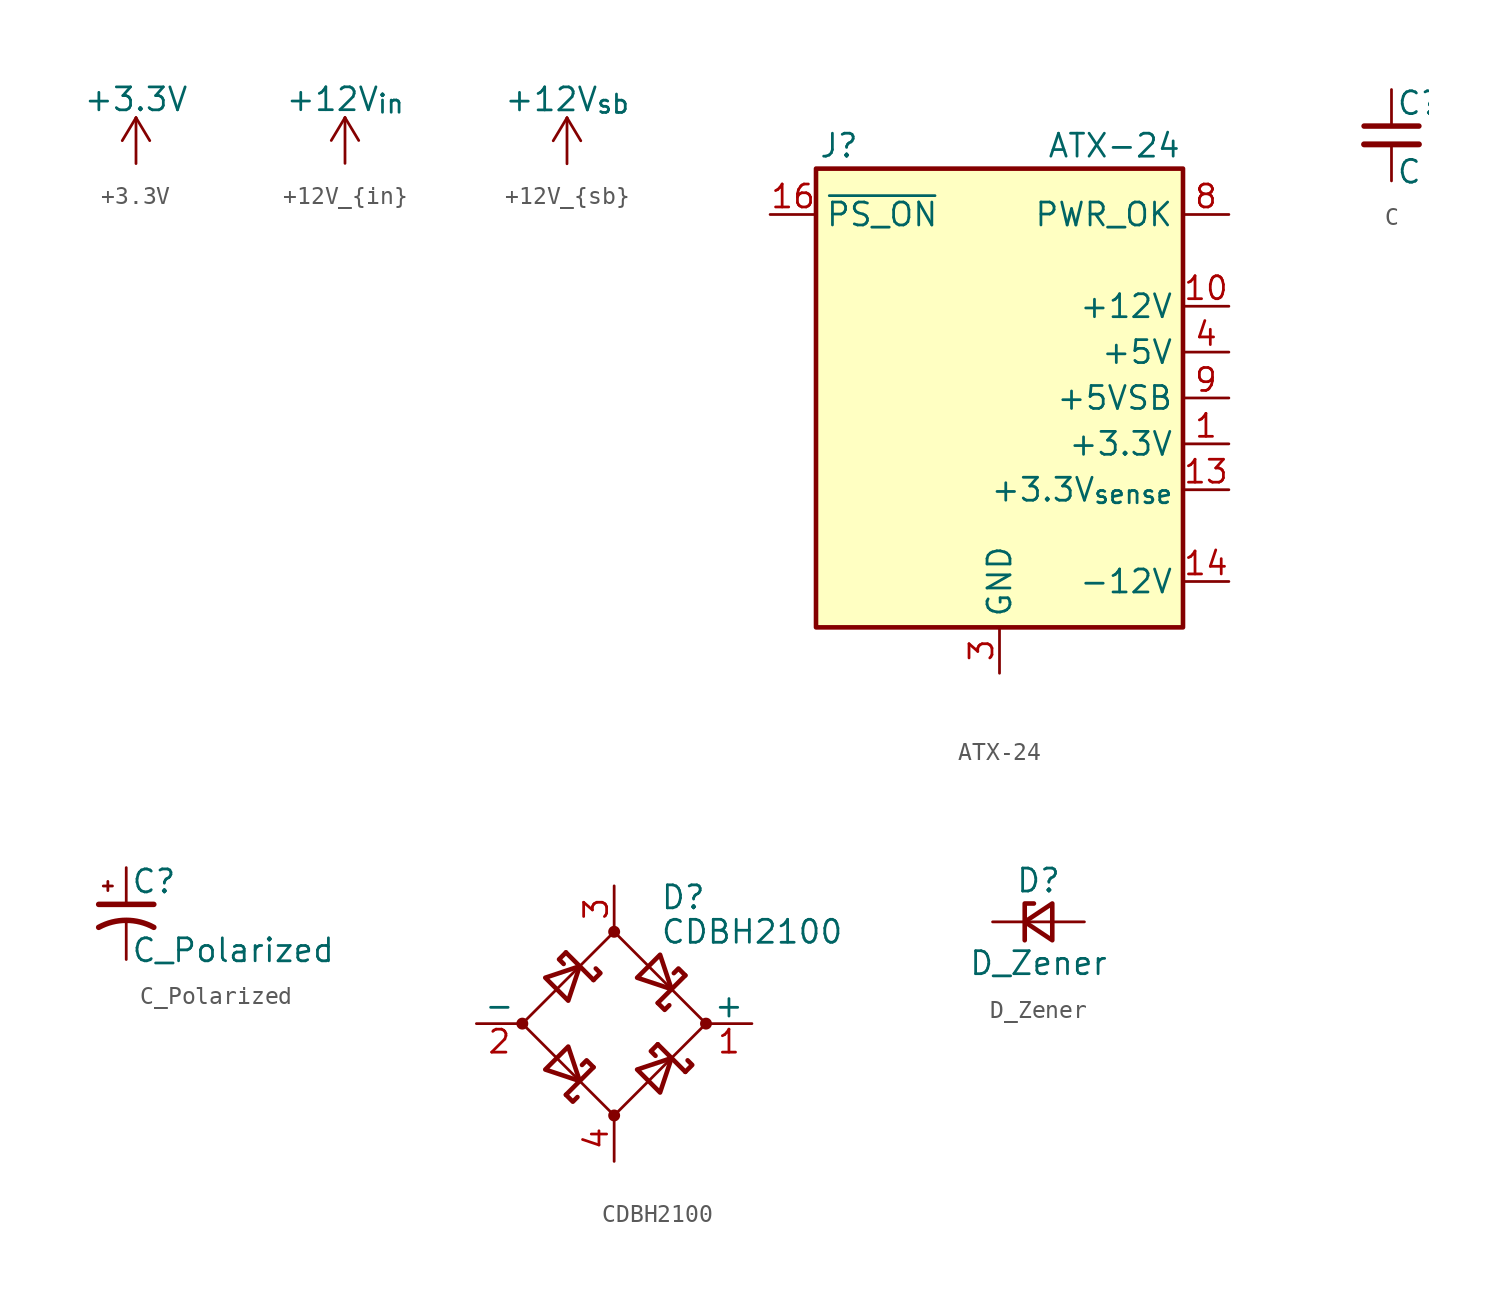
<source format=kicad_sym>
(kicad_symbol_lib
  (version 20201005)
  (generator kicad_symbol_editor)
  (symbol "proj_sym:+3.3V"
    (power)
    (pin_names
      (offset 0))
    (property "Reference" "#PWR"
      (at 0 -3.81 0)
      (effects (font (size 1.27 1.27)) hide))
    (property "Value" "+3.3V"
      (at 0 3.556 0)
      (effects (font (size 1.27 1.27))))
    (symbol "+3.3V_0_1"
      (polyline (pts (xy -0.762 1.27) (xy 0 2.54)) (stroke (width 0)) (fill (type none)))
      (polyline (pts (xy 0 0) (xy 0 2.54)) (stroke (width 0)) (fill (type none)))
      (polyline (pts (xy 0 2.54) (xy 0.762 1.27)) (stroke (width 0)) (fill (type none))))
    (symbol "+3.3V_1_1"
      (pin power_in line (at 0 0 90) (length 0) hide (name "+3.3V" (effects (font (size 1.27 1.27)))) (number "1" (effects (font (size 1.27 1.27)))))))
  (symbol "proj_sym:+12V_{in}"
    (power)
    (pin_names
      (offset 0))
    (property "Reference" "#PWR"
      (at 0 -3.81 0)
      (effects (font (size 1.27 1.27)) hide))
    (property "Value" "+12V_{in}"
      (at 0 3.556 0)
      (effects (font (size 1.27 1.27))))
    (symbol "+12V_{in}_0_1"
      (polyline (pts (xy -0.762 1.27) (xy 0 2.54)) (stroke (width 0)) (fill (type none)))
      (polyline (pts (xy 0 0) (xy 0 2.54)) (stroke (width 0)) (fill (type none)))
      (polyline (pts (xy 0 2.54) (xy 0.762 1.27)) (stroke (width 0)) (fill (type none))))
    (symbol "+12V_{in}_1_1"
      (pin power_in line (at 0 0 90) (length 0) hide (name "+12V_{in}" (effects (font (size 1.27 1.27)))) (number "1" (effects (font (size 1.27 1.27)))))))
  (symbol "proj_sym:+12V_{sb}"
    (power)
    (pin_names
      (offset 0))
    (property "Reference" "#PWR"
      (at 0 -3.81 0)
      (effects (font (size 1.27 1.27)) hide))
    (property "Value" "+12V_{sb}"
      (at 0 3.556 0)
      (effects (font (size 1.27 1.27))))
    (symbol "+12V_{sb}_0_1"
      (polyline (pts (xy -0.762 1.27) (xy 0 2.54)) (stroke (width 0)) (fill (type none)))
      (polyline (pts (xy 0 0) (xy 0 2.54)) (stroke (width 0)) (fill (type none)))
      (polyline (pts (xy 0 2.54) (xy 0.762 1.27)) (stroke (width 0)) (fill (type none))))
    (symbol "+12V_{sb}_1_1"
      (pin power_in line (at 0 0 90) (length 0) hide (name "+12V_{sb}" (effects (font (size 1.27 1.27)))) (number "1" (effects (font (size 1.27 1.27)))))))
  (symbol "proj_sym:ATX-24"
    (property "Reference" "J"
      (at -8.89 13.97 0)
      (effects (font (size 1.27 1.27))))
    (property "Value" "ATX-24"
      (at 6.35 13.97 0)
      (effects (font (size 1.27 1.27))))
    (symbol "ATX-24_0_1"
      (rectangle (start -10.16 12.7) (end 10.16 -12.7) (stroke (width 0.254)) (fill (type background))))
    (symbol "ATX-24_1_1"
      (pin power_out line (at 12.7 -2.54 180) (length 2.54) (name "+3.3V" (effects (font (size 1.27 1.27)))) (number "1" (effects (font (size 1.27 1.27)))))
      (pin power_out line (at 12.7 5.08 180) (length 2.54) (name "+12V" (effects (font (size 1.27 1.27)))) (number "10" (effects (font (size 1.27 1.27)))))
      (pin passive line (at 12.7 5.08 180) (length 2.54) hide (name "+12V" (effects (font (size 1.27 1.27)))) (number "11" (effects (font (size 1.27 1.27)))))
      (pin passive line (at 12.7 -2.54 180) (length 2.54) hide (name "+3.3V" (effects (font (size 1.27 1.27)))) (number "12" (effects (font (size 1.27 1.27)))))
      (pin output line (at 12.7 -5.08 180) (length 2.54) (name "+3.3V_{sense}" (effects (font (size 1.27 1.27)))) (number "13" (effects (font (size 1.27 1.27)))))
      (pin power_out line (at 12.7 -10.16 180) (length 2.54) (name "-12V" (effects (font (size 1.27 1.27)))) (number "14" (effects (font (size 1.27 1.27)))))
      (pin passive line (at 0 -15.24 90) (length 2.54) hide (name "GND" (effects (font (size 1.27 1.27)))) (number "15" (effects (font (size 1.27 1.27)))))
      (pin open_collector line (at -12.7 10.16 0) (length 2.54) (name "~PS_ON" (effects (font (size 1.27 1.27)))) (number "16" (effects (font (size 1.27 1.27)))))
      (pin passive line (at 0 -15.24 90) (length 2.54) hide (name "GND" (effects (font (size 1.27 1.27)))) (number "17" (effects (font (size 1.27 1.27)))))
      (pin passive line (at 0 -15.24 90) (length 2.54) hide (name "GND" (effects (font (size 1.27 1.27)))) (number "18" (effects (font (size 1.27 1.27)))))
      (pin passive line (at 0 -15.24 90) (length 2.54) hide (name "GND" (effects (font (size 1.27 1.27)))) (number "19" (effects (font (size 1.27 1.27)))))
      (pin passive line (at 12.7 -2.54 180) (length 2.54) hide (name "+3.3V" (effects (font (size 1.27 1.27)))) (number "2" (effects (font (size 1.27 1.27)))))
      (pin no_connect line (at -10.16 0 0) (length 2.54) hide (name "NC" (effects (font (size 1.27 1.27)))) (number "20" (effects (font (size 1.27 1.27)))))
      (pin passive line (at 12.7 2.54 180) (length 2.54) hide (name "+5V" (effects (font (size 1.27 1.27)))) (number "21" (effects (font (size 1.27 1.27)))))
      (pin passive line (at 12.7 2.54 180) (length 2.54) hide (name "+5V" (effects (font (size 1.27 1.27)))) (number "22" (effects (font (size 1.27 1.27)))))
      (pin passive line (at 12.7 2.54 180) (length 2.54) hide (name "+5V" (effects (font (size 1.27 1.27)))) (number "23" (effects (font (size 1.27 1.27)))))
      (pin passive line (at 0 -15.24 90) (length 2.54) hide (name "GND" (effects (font (size 1.27 1.27)))) (number "24" (effects (font (size 1.27 1.27)))))
      (pin power_out line (at 0 -15.24 90) (length 2.54) (name "GND" (effects (font (size 1.27 1.27)))) (number "3" (effects (font (size 1.27 1.27)))))
      (pin power_out line (at 12.7 2.54 180) (length 2.54) (name "+5V" (effects (font (size 1.27 1.27)))) (number "4" (effects (font (size 1.27 1.27)))))
      (pin passive line (at 0 -15.24 90) (length 2.54) hide (name "GND" (effects (font (size 1.27 1.27)))) (number "5" (effects (font (size 1.27 1.27)))))
      (pin passive line (at 12.7 2.54 180) (length 2.54) hide (name "+5V" (effects (font (size 1.27 1.27)))) (number "6" (effects (font (size 1.27 1.27)))))
      (pin passive line (at 0 -15.24 90) (length 2.54) hide (name "GND" (effects (font (size 1.27 1.27)))) (number "7" (effects (font (size 1.27 1.27)))))
      (pin output line (at 12.7 10.16 180) (length 2.54) (name "PWR_OK" (effects (font (size 1.27 1.27)))) (number "8" (effects (font (size 1.27 1.27)))))
      (pin power_in line (at 12.7 0 180) (length 2.54) (name "+5VSB" (effects (font (size 1.27 1.27)))) (number "9" (effects (font (size 1.27 1.27)))))))
  (symbol "proj_sym:C"
    (pin_numbers hide)
    (pin_names
      (offset 0.254) hide)
    (property "Reference" "C"
      (at 0.254 1.778 0)
      (effects (font (size 1.27 1.27)) (justify left)))
    (property "Value" "C"
      (at 0.254 -2.032 0)
      (effects (font (size 1.27 1.27)) (justify left)))
    (symbol "C_0_1"
      (polyline (pts (xy -1.524 -0.508) (xy 1.524 -0.508)) (stroke (width 0.33)) (fill (type none)))
      (polyline (pts (xy -1.524 0.508) (xy 1.524 0.508)) (stroke (width 0.305)) (fill (type none))))
    (symbol "C_1_1"
      (pin passive line (at 0 2.54 270) (length 2.032) (name "~" (effects (font (size 1.27 1.27)))) (number "1" (effects (font (size 1.27 1.27)))))
      (pin passive line (at 0 -2.54 90) (length 2.032) (name "~" (effects (font (size 1.27 1.27)))) (number "2" (effects (font (size 1.27 1.27)))))))
  (symbol "proj_sym:C_Polarized"
    (pin_numbers hide)
    (pin_names
      (offset 0.254) hide)
    (property "Reference" "C"
      (at 0.254 1.778 0)
      (effects (font (size 1.27 1.27)) (justify left)))
    (property "Value" "C_Polarized"
      (at 0.254 -2.032 0)
      (effects (font (size 1.27 1.27)) (justify left)))
    (symbol "C_Polarized_0_1"
      (arc (start -1.524 -0.762) (end 1.524 -0.762) (radius (at 0 -3.556) (length 3.175) (angles 118.6 61.4)) (stroke (width 0.3048)) (fill (type none)))
      (polyline (pts (xy -1.524 0.508) (xy 1.524 0.508)) (stroke (width 0.305)) (fill (type none)))
      (polyline (pts (xy -1.27 1.524) (xy -0.762 1.524)) (stroke (width 0)) (fill (type none)))
      (polyline (pts (xy -1.016 1.27) (xy -1.016 1.778)) (stroke (width 0)) (fill (type none))))
    (symbol "C_Polarized_1_1"
      (pin passive line (at 0 2.54 270) (length 2.032) (name "~" (effects (font (size 1.27 1.27)))) (number "1" (effects (font (size 1.27 1.27)))))
      (pin passive line (at 0 -2.54 90) (length 2.032) (name "~" (effects (font (size 1.27 1.27)))) (number "2" (effects (font (size 1.27 1.27)))))))
  (symbol "proj_sym:CDBH2100"
    (pin_names
      (offset 0))
    (property "Reference" "D"
      (at 2.54 6.985 0)
      (effects (font (size 1.27 1.27)) (justify left)))
    (property "Value" "CDBH2100"
      (at 2.54 5.08 0)
      (effects (font (size 1.27 1.27)) (justify left)))
    (symbol "CDBH2100_0_1"
      (circle (center -5.08 0) (radius 0.254) (stroke (width 0)) (fill (type outline)))
      (circle (center 0 -5.08) (radius 0.254) (stroke (width 0)) (fill (type outline)))
      (circle (center 0 5.08) (radius 0.254) (stroke (width 0)) (fill (type outline)))
      (circle (center 5.08 0) (radius 0.254) (stroke (width 0)) (fill (type outline)))
      (polyline (pts (xy -2.667 3.937) (xy -1.143 2.413)) (stroke (width 0.254)) (fill (type none)))
      (polyline (pts (xy -1.143 -2.413) (xy -2.667 -3.937)) (stroke (width 0.254)) (fill (type none)))
      (polyline (pts (xy 2.413 -1.143) (xy 3.937 -2.667)) (stroke (width 0.254)) (fill (type none)))
      (polyline (pts (xy 3.937 2.667) (xy 2.413 1.143)) (stroke (width 0.254)) (fill (type none)))
      (polyline (pts (xy -2.667 -3.937) (xy -2.286 -4.318) (xy -2.032 -4.064)) (stroke (width 0.254)) (fill (type none)))
      (polyline (pts (xy -2.667 3.937) (xy -3.048 3.556) (xy -2.794 3.302)) (stroke (width 0.254)) (fill (type none)))
      (polyline (pts (xy -1.143 -2.413) (xy -1.524 -2.032) (xy -1.778 -2.286)) (stroke (width 0.254)) (fill (type none)))
      (polyline (pts (xy -1.143 2.413) (xy -0.762 2.794) (xy -1.016 3.048)) (stroke (width 0.254)) (fill (type none)))
      (polyline (pts (xy 2.413 -1.143) (xy 2.032 -1.524) (xy 2.286 -1.778)) (stroke (width 0.254)) (fill (type none)))
      (polyline (pts (xy 2.413 1.143) (xy 2.794 0.762) (xy 3.048 1.016)) (stroke (width 0.254)) (fill (type none)))
      (polyline (pts (xy 3.937 -2.667) (xy 4.318 -2.286) (xy 4.064 -2.032)) (stroke (width 0.254)) (fill (type none)))
      (polyline (pts (xy 3.937 2.667) (xy 3.556 3.048) (xy 3.302 2.794)) (stroke (width 0.254)) (fill (type none)))
      (polyline (pts (xy -3.81 2.54) (xy -2.54 1.27) (xy -1.905 3.175) (xy -3.81 2.54)) (stroke (width 0.254)) (fill (type none)))
      (polyline (pts (xy -2.54 -1.27) (xy -3.81 -2.54) (xy -1.905 -3.175) (xy -2.54 -1.27)) (stroke (width 0.254)) (fill (type none)))
      (polyline (pts (xy 1.27 2.54) (xy 2.54 3.81) (xy 3.175 1.905) (xy 1.27 2.54)) (stroke (width 0.254)) (fill (type none)))
      (polyline (pts (xy 3.175 -1.905) (xy 1.27 -2.54) (xy 2.54 -3.81) (xy 3.175 -1.905)) (stroke (width 0.254)) (fill (type none)))
      (polyline (pts (xy -5.08 0) (xy 0 -5.08) (xy 5.08 0) (xy 0 5.08) (xy -5.08 0)) (stroke (width 0)) (fill (type none))))
    (symbol "CDBH2100_1_1"
      (pin passive line (at 7.62 0 180) (length 2.54) (name "+" (effects (font (size 1.27 1.27)))) (number "1" (effects (font (size 1.27 1.27)))))
      (pin passive line (at -7.62 0 0) (length 2.54) (name "-" (effects (font (size 1.27 1.27)))) (number "2" (effects (font (size 1.27 1.27)))))
      (pin passive line (at 0 7.62 270) (length 2.54) (name "~~" (effects (font (size 1.27 1.27)))) (number "3" (effects (font (size 1.27 1.27)))))
      (pin passive line (at 0 -7.62 90) (length 2.54) (name "~~" (effects (font (size 1.27 1.27)))) (number "4" (effects (font (size 1.27 1.27)))))))
  (symbol "proj_sym:D_Zener"
    (pin_numbers hide)
    (pin_names
      (offset 0.254) hide)
    (property "Reference" "D"
      (at 0 2.286 0)
      (effects (font (size 1.27 1.27))))
    (property "Value" "D_Zener"
      (at 0 -2.286 0)
      (effects (font (size 1.27 1.27))))
    (symbol "D_Zener_0_1"
      (polyline (pts (xy 0.762 0) (xy -0.762 0)) (stroke (width 0)) (fill (type none)))
      (polyline (pts (xy -0.254 1.016) (xy -0.762 1.016) (xy -0.762 -1.016)) (stroke (width 0.254)) (fill (type none)))
      (polyline (pts (xy 0.762 1.016) (xy -0.762 0) (xy 0.762 -1.016) (xy 0.762 1.016)) (stroke (width 0.254)) (fill (type none))))
    (symbol "D_Zener_1_1"
      (pin passive line (at -2.54 0 0) (length 1.778) (name "K" (effects (font (size 1.27 1.27)))) (number "1" (effects (font (size 1.27 1.27)))))
      (pin passive line (at 2.54 0 180) (length 1.778) (name "A" (effects (font (size 1.27 1.27)))) (number "2" (effects (font (size 1.27 1.27))))))))
</source>
